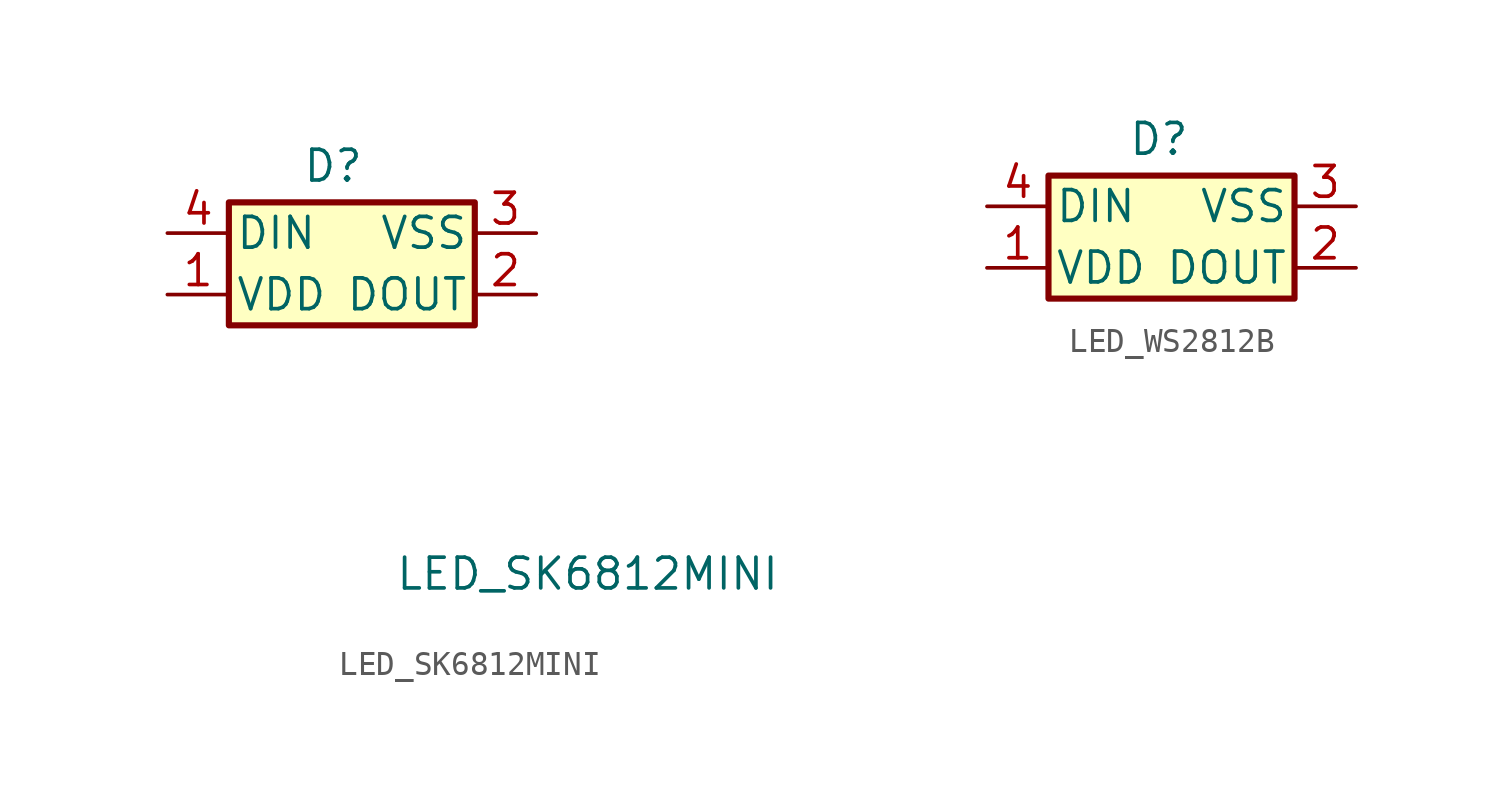
<source format=kicad_sym>
(kicad_symbol_lib
  (version 20231120)
  (generator "kicad_symbol_editor")
  (generator_version "8.0")
  (symbol "LED_SK6812MINI"
    (pin_names
      (offset 0.254))
    (property "Reference" "D"
      (at 0.508 3.302 0)
      (effects (font (size 1.27 1.27)) (justify right bottom)))
    (property "Value" "LED_SK6812MINI"
      (at 1.778 -12.065 0)
      (effects (font (size 1.27 1.27)) (justify left top)))
    (symbol "LED_SK6812MINI_0_1"
      (rectangle (start -5.08 2.54) (end 5.08 -2.54) (stroke (width 0.254) (type default)) (fill (type background))))
    (symbol "LED_SK6812MINI_1_1"
      (pin power_in line (at -7.62 -1.27 0) (length 2.54) (name "VDD" (effects (font (size 1.27 1.27)))) (number "1" (effects (font (size 1.27 1.27)))))
      (pin output line (at 7.62 -1.27 180) (length 2.54) (name "DOUT" (effects (font (size 1.27 1.27)))) (number "2" (effects (font (size 1.27 1.27)))))
      (pin power_in line (at 7.62 1.27 180) (length 2.54) (name "VSS" (effects (font (size 1.27 1.27)))) (number "3" (effects (font (size 1.27 1.27)))))
      (pin input line (at -7.62 1.27 0) (length 2.54) (name "DIN" (effects (font (size 1.27 1.27)))) (number "4" (effects (font (size 1.27 1.27)))))))
  (symbol "LED_WS2812B"
    (pin_names
      (offset 0.254))
    (property "Reference" "D"
      (at 0.762 3.302 0)
      (effects (font (size 1.27 1.27)) (justify right bottom)))
    (symbol "LED_WS2812B_0_1"
      (rectangle (start -5.08 2.54) (end 5.08 -2.54) (stroke (width 0.254) (type default)) (fill (type background))))
    (symbol "LED_WS2812B_1_1"
      (pin power_in line (at -7.62 -1.27 0) (length 2.54) (name "VDD" (effects (font (size 1.27 1.27)))) (number "1" (effects (font (size 1.27 1.27)))))
      (pin output line (at 7.62 -1.27 180) (length 2.54) (name "DOUT" (effects (font (size 1.27 1.27)))) (number "2" (effects (font (size 1.27 1.27)))))
      (pin power_in line (at 7.62 1.27 180) (length 2.54) (name "VSS" (effects (font (size 1.27 1.27)))) (number "3" (effects (font (size 1.27 1.27)))))
      (pin input line (at -7.62 1.27 0) (length 2.54) (name "DIN" (effects (font (size 1.27 1.27)))) (number "4" (effects (font (size 1.27 1.27))))))))
</source>
